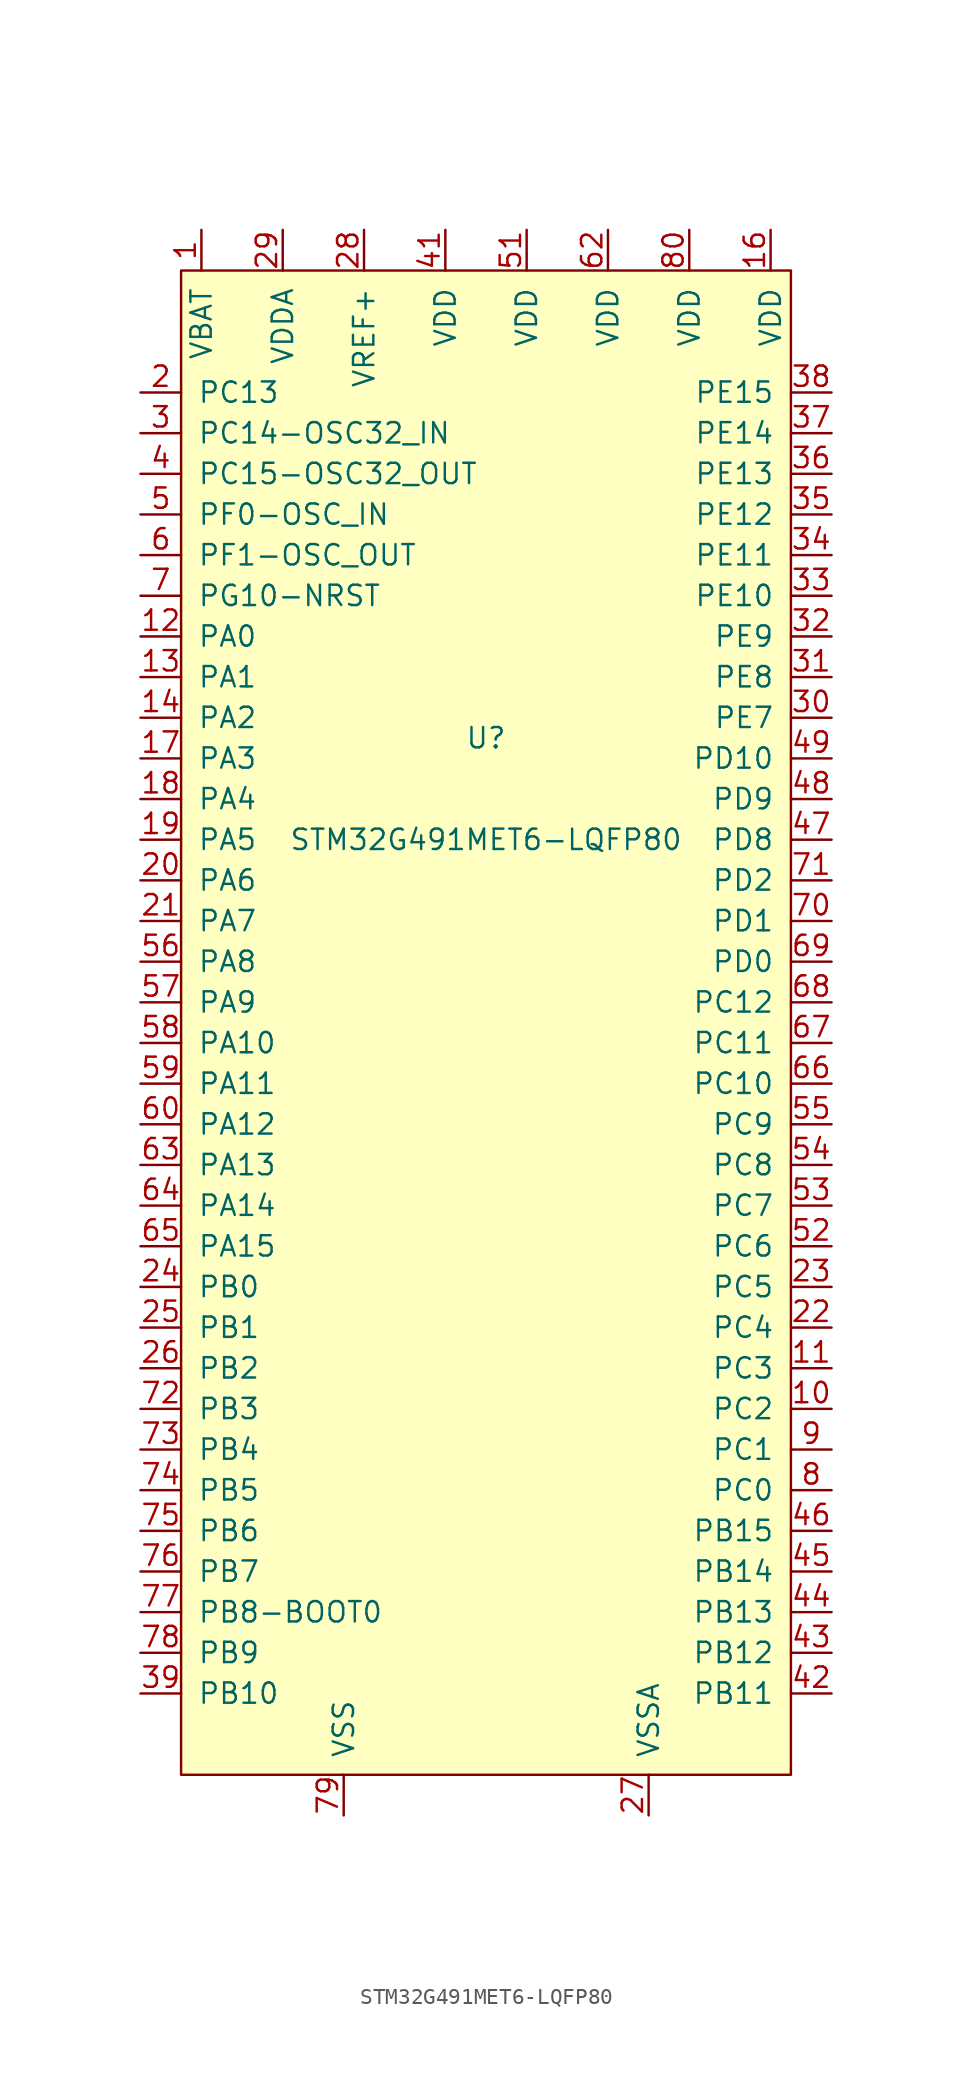
<source format=kicad_sym>
(kicad_symbol_lib
  (version 20220914)
  (generator kicad_symbol_editor)
  (symbol "STM32G491MET6-LQFP80"
    (pin_names
      (offset 1.016))
    (property "Reference" "U"
      (at 0 5.08 0)
      (effects (font (size 1.27 1.27))))
    (property "Value" "STM32G491MET6-LQFP80"
      (at 0 -1.27 0)
      (effects (font (size 1.27 1.27))))
    (symbol "STM32G491MET6-LQFP80_0_1"
      (rectangle (start -19.05 34.29) (end 19.05 -59.69) (stroke (width 0) (type default)) (fill (type background))))
    (symbol "STM32G491MET6-LQFP80_1_1"
      (pin power_in line (at -17.78 36.83 270) (length 2.54) (name "VBAT" (effects (font (size 1.27 1.27)))) (number "1" (effects (font (size 1.27 1.27)))))
      (pin bidirectional line (at 21.59 -36.83 180) (length 2.54) (name "PC2" (effects (font (size 1.27 1.27)))) (number "10" (effects (font (size 1.27 1.27)))))
      (pin bidirectional line (at 21.59 -34.29 180) (length 2.54) (name "PC3" (effects (font (size 1.27 1.27)))) (number "11" (effects (font (size 1.27 1.27)))))
      (pin bidirectional line (at -21.59 11.43 0) (length 2.54) (name "PA0" (effects (font (size 1.27 1.27)))) (number "12" (effects (font (size 1.27 1.27)))))
      (pin bidirectional line (at -21.59 8.89 0) (length 2.54) (name "PA1" (effects (font (size 1.27 1.27)))) (number "13" (effects (font (size 1.27 1.27)))))
      (pin bidirectional line (at -21.59 6.35 0) (length 2.54) (name "PA2" (effects (font (size 1.27 1.27)))) (number "14" (effects (font (size 1.27 1.27)))))
      (pin power_in line (at -8.89 -62.23 90) (length 2.54) hide (name "VSS" (effects (font (size 1.27 1.27)))) (number "15" (effects (font (size 1.27 1.27)))))
      (pin power_in line (at 17.78 36.83 270) (length 2.54) (name "VDD" (effects (font (size 1.27 1.27)))) (number "16" (effects (font (size 1.27 1.27)))))
      (pin bidirectional line (at -21.59 3.81 0) (length 2.54) (name "PA3" (effects (font (size 1.27 1.27)))) (number "17" (effects (font (size 1.27 1.27)))))
      (pin bidirectional line (at -21.59 1.27 0) (length 2.54) (name "PA4" (effects (font (size 1.27 1.27)))) (number "18" (effects (font (size 1.27 1.27)))))
      (pin bidirectional line (at -21.59 -1.27 0) (length 2.54) (name "PA5" (effects (font (size 1.27 1.27)))) (number "19" (effects (font (size 1.27 1.27)))))
      (pin bidirectional line (at -21.59 26.67 0) (length 2.54) (name "PC13" (effects (font (size 1.27 1.27)))) (number "2" (effects (font (size 1.27 1.27)))))
      (pin bidirectional line (at -21.59 -3.81 0) (length 2.54) (name "PA6" (effects (font (size 1.27 1.27)))) (number "20" (effects (font (size 1.27 1.27)))))
      (pin bidirectional line (at -21.59 -6.35 0) (length 2.54) (name "PA7" (effects (font (size 1.27 1.27)))) (number "21" (effects (font (size 1.27 1.27)))))
      (pin bidirectional line (at 21.59 -31.75 180) (length 2.54) (name "PC4" (effects (font (size 1.27 1.27)))) (number "22" (effects (font (size 1.27 1.27)))))
      (pin bidirectional line (at 21.59 -29.21 180) (length 2.54) (name "PC5" (effects (font (size 1.27 1.27)))) (number "23" (effects (font (size 1.27 1.27)))))
      (pin bidirectional line (at -21.59 -29.21 0) (length 2.54) (name "PB0" (effects (font (size 1.27 1.27)))) (number "24" (effects (font (size 1.27 1.27)))))
      (pin bidirectional line (at -21.59 -31.75 0) (length 2.54) (name "PB1" (effects (font (size 1.27 1.27)))) (number "25" (effects (font (size 1.27 1.27)))))
      (pin bidirectional line (at -21.59 -34.29 0) (length 2.54) (name "PB2" (effects (font (size 1.27 1.27)))) (number "26" (effects (font (size 1.27 1.27)))))
      (pin power_out line (at 10.16 -62.23 90) (length 2.54) (name "VSSA" (effects (font (size 1.27 1.27)))) (number "27" (effects (font (size 1.27 1.27)))))
      (pin power_in line (at -7.62 36.83 270) (length 2.54) (name "VREF+" (effects (font (size 1.27 1.27)))) (number "28" (effects (font (size 1.27 1.27)))))
      (pin power_in line (at -12.7 36.83 270) (length 2.54) (name "VDDA" (effects (font (size 1.27 1.27)))) (number "29" (effects (font (size 1.27 1.27)))))
      (pin bidirectional line (at -21.59 24.13 0) (length 2.54) (name "PC14-OSC32_IN" (effects (font (size 1.27 1.27)))) (number "3" (effects (font (size 1.27 1.27)))))
      (pin bidirectional line (at 21.59 6.35 180) (length 2.54) (name "PE7" (effects (font (size 1.27 1.27)))) (number "30" (effects (font (size 1.27 1.27)))))
      (pin bidirectional line (at 21.59 8.89 180) (length 2.54) (name "PE8" (effects (font (size 1.27 1.27)))) (number "31" (effects (font (size 1.27 1.27)))))
      (pin bidirectional line (at 21.59 11.43 180) (length 2.54) (name "PE9" (effects (font (size 1.27 1.27)))) (number "32" (effects (font (size 1.27 1.27)))))
      (pin bidirectional line (at 21.59 13.97 180) (length 2.54) (name "PE10" (effects (font (size 1.27 1.27)))) (number "33" (effects (font (size 1.27 1.27)))))
      (pin bidirectional line (at 21.59 16.51 180) (length 2.54) (name "PE11" (effects (font (size 1.27 1.27)))) (number "34" (effects (font (size 1.27 1.27)))))
      (pin bidirectional line (at 21.59 19.05 180) (length 2.54) (name "PE12" (effects (font (size 1.27 1.27)))) (number "35" (effects (font (size 1.27 1.27)))))
      (pin bidirectional line (at 21.59 21.59 180) (length 2.54) (name "PE13" (effects (font (size 1.27 1.27)))) (number "36" (effects (font (size 1.27 1.27)))))
      (pin bidirectional line (at 21.59 24.13 180) (length 2.54) (name "PE14" (effects (font (size 1.27 1.27)))) (number "37" (effects (font (size 1.27 1.27)))))
      (pin bidirectional line (at 21.59 26.67 180) (length 2.54) (name "PE15" (effects (font (size 1.27 1.27)))) (number "38" (effects (font (size 1.27 1.27)))))
      (pin bidirectional line (at -21.59 -54.61 0) (length 2.54) (name "PB10" (effects (font (size 1.27 1.27)))) (number "39" (effects (font (size 1.27 1.27)))))
      (pin bidirectional line (at -21.59 21.59 0) (length 2.54) (name "PC15-OSC32_OUT" (effects (font (size 1.27 1.27)))) (number "4" (effects (font (size 1.27 1.27)))))
      (pin power_in line (at -8.89 -62.23 90) (length 2.54) hide (name "VSS" (effects (font (size 1.27 1.27)))) (number "40" (effects (font (size 1.27 1.27)))))
      (pin power_in line (at -2.54 36.83 270) (length 2.54) (name "VDD" (effects (font (size 1.27 1.27)))) (number "41" (effects (font (size 1.27 1.27)))))
      (pin bidirectional line (at 21.59 -54.61 180) (length 2.54) (name "PB11" (effects (font (size 1.27 1.27)))) (number "42" (effects (font (size 1.27 1.27)))))
      (pin bidirectional line (at 21.59 -52.07 180) (length 2.54) (name "PB12" (effects (font (size 1.27 1.27)))) (number "43" (effects (font (size 1.27 1.27)))))
      (pin bidirectional line (at 21.59 -49.53 180) (length 2.54) (name "PB13" (effects (font (size 1.27 1.27)))) (number "44" (effects (font (size 1.27 1.27)))))
      (pin bidirectional line (at 21.59 -46.99 180) (length 2.54) (name "PB14" (effects (font (size 1.27 1.27)))) (number "45" (effects (font (size 1.27 1.27)))))
      (pin bidirectional line (at 21.59 -44.45 180) (length 2.54) (name "PB15" (effects (font (size 1.27 1.27)))) (number "46" (effects (font (size 1.27 1.27)))))
      (pin bidirectional line (at 21.59 -1.27 180) (length 2.54) (name "PD8" (effects (font (size 1.27 1.27)))) (number "47" (effects (font (size 1.27 1.27)))))
      (pin bidirectional line (at 21.59 1.27 180) (length 2.54) (name "PD9" (effects (font (size 1.27 1.27)))) (number "48" (effects (font (size 1.27 1.27)))))
      (pin bidirectional line (at 21.59 3.81 180) (length 2.54) (name "PD10" (effects (font (size 1.27 1.27)))) (number "49" (effects (font (size 1.27 1.27)))))
      (pin bidirectional line (at -21.59 19.05 0) (length 2.54) (name "PF0-OSC_IN" (effects (font (size 1.27 1.27)))) (number "5" (effects (font (size 1.27 1.27)))))
      (pin power_in line (at -8.89 -62.23 90) (length 2.54) hide (name "VSS" (effects (font (size 1.27 1.27)))) (number "50" (effects (font (size 1.27 1.27)))))
      (pin power_in line (at 2.54 36.83 270) (length 2.54) (name "VDD" (effects (font (size 1.27 1.27)))) (number "51" (effects (font (size 1.27 1.27)))))
      (pin bidirectional line (at 21.59 -26.67 180) (length 2.54) (name "PC6" (effects (font (size 1.27 1.27)))) (number "52" (effects (font (size 1.27 1.27)))))
      (pin bidirectional line (at 21.59 -24.13 180) (length 2.54) (name "PC7" (effects (font (size 1.27 1.27)))) (number "53" (effects (font (size 1.27 1.27)))))
      (pin bidirectional line (at 21.59 -21.59 180) (length 2.54) (name "PC8" (effects (font (size 1.27 1.27)))) (number "54" (effects (font (size 1.27 1.27)))))
      (pin bidirectional line (at 21.59 -19.05 180) (length 2.54) (name "PC9" (effects (font (size 1.27 1.27)))) (number "55" (effects (font (size 1.27 1.27)))))
      (pin bidirectional line (at -21.59 -8.89 0) (length 2.54) (name "PA8" (effects (font (size 1.27 1.27)))) (number "56" (effects (font (size 1.27 1.27)))))
      (pin bidirectional line (at -21.59 -11.43 0) (length 2.54) (name "PA9" (effects (font (size 1.27 1.27)))) (number "57" (effects (font (size 1.27 1.27)))))
      (pin bidirectional line (at -21.59 -13.97 0) (length 2.54) (name "PA10" (effects (font (size 1.27 1.27)))) (number "58" (effects (font (size 1.27 1.27)))))
      (pin bidirectional line (at -21.59 -16.51 0) (length 2.54) (name "PA11" (effects (font (size 1.27 1.27)))) (number "59" (effects (font (size 1.27 1.27)))))
      (pin bidirectional line (at -21.59 16.51 0) (length 2.54) (name "PF1-OSC_OUT" (effects (font (size 1.27 1.27)))) (number "6" (effects (font (size 1.27 1.27)))))
      (pin bidirectional line (at -21.59 -19.05 0) (length 2.54) (name "PA12" (effects (font (size 1.27 1.27)))) (number "60" (effects (font (size 1.27 1.27)))))
      (pin power_in line (at -8.89 -62.23 90) (length 2.54) hide (name "VSS" (effects (font (size 1.27 1.27)))) (number "61" (effects (font (size 1.27 1.27)))))
      (pin power_in line (at 7.62 36.83 270) (length 2.54) (name "VDD" (effects (font (size 1.27 1.27)))) (number "62" (effects (font (size 1.27 1.27)))))
      (pin bidirectional line (at -21.59 -21.59 0) (length 2.54) (name "PA13" (effects (font (size 1.27 1.27)))) (number "63" (effects (font (size 1.27 1.27)))))
      (pin bidirectional line (at -21.59 -24.13 0) (length 2.54) (name "PA14" (effects (font (size 1.27 1.27)))) (number "64" (effects (font (size 1.27 1.27)))))
      (pin bidirectional line (at -21.59 -26.67 0) (length 2.54) (name "PA15" (effects (font (size 1.27 1.27)))) (number "65" (effects (font (size 1.27 1.27)))))
      (pin bidirectional line (at 21.59 -16.51 180) (length 2.54) (name "PC10" (effects (font (size 1.27 1.27)))) (number "66" (effects (font (size 1.27 1.27)))))
      (pin bidirectional line (at 21.59 -13.97 180) (length 2.54) (name "PC11" (effects (font (size 1.27 1.27)))) (number "67" (effects (font (size 1.27 1.27)))))
      (pin bidirectional line (at 21.59 -11.43 180) (length 2.54) (name "PC12" (effects (font (size 1.27 1.27)))) (number "68" (effects (font (size 1.27 1.27)))))
      (pin bidirectional line (at 21.59 -8.89 180) (length 2.54) (name "PD0" (effects (font (size 1.27 1.27)))) (number "69" (effects (font (size 1.27 1.27)))))
      (pin bidirectional line (at -21.59 13.97 0) (length 2.54) (name "PG10-NRST" (effects (font (size 1.27 1.27)))) (number "7" (effects (font (size 1.27 1.27)))))
      (pin bidirectional line (at 21.59 -6.35 180) (length 2.54) (name "PD1" (effects (font (size 1.27 1.27)))) (number "70" (effects (font (size 1.27 1.27)))))
      (pin bidirectional line (at 21.59 -3.81 180) (length 2.54) (name "PD2" (effects (font (size 1.27 1.27)))) (number "71" (effects (font (size 1.27 1.27)))))
      (pin bidirectional line (at -21.59 -36.83 0) (length 2.54) (name "PB3" (effects (font (size 1.27 1.27)))) (number "72" (effects (font (size 1.27 1.27)))))
      (pin bidirectional line (at -21.59 -39.37 0) (length 2.54) (name "PB4" (effects (font (size 1.27 1.27)))) (number "73" (effects (font (size 1.27 1.27)))))
      (pin bidirectional line (at -21.59 -41.91 0) (length 2.54) (name "PB5" (effects (font (size 1.27 1.27)))) (number "74" (effects (font (size 1.27 1.27)))))
      (pin bidirectional line (at -21.59 -44.45 0) (length 2.54) (name "PB6" (effects (font (size 1.27 1.27)))) (number "75" (effects (font (size 1.27 1.27)))))
      (pin bidirectional line (at -21.59 -46.99 0) (length 2.54) (name "PB7" (effects (font (size 1.27 1.27)))) (number "76" (effects (font (size 1.27 1.27)))))
      (pin bidirectional line (at -21.59 -49.53 0) (length 2.54) (name "PB8-BOOT0" (effects (font (size 1.27 1.27)))) (number "77" (effects (font (size 1.27 1.27)))))
      (pin bidirectional line (at -21.59 -52.07 0) (length 2.54) (name "PB9" (effects (font (size 1.27 1.27)))) (number "78" (effects (font (size 1.27 1.27)))))
      (pin power_in line (at -8.89 -62.23 90) (length 2.54) (name "VSS" (effects (font (size 1.27 1.27)))) (number "79" (effects (font (size 1.27 1.27)))))
      (pin bidirectional line (at 21.59 -41.91 180) (length 2.54) (name "PC0" (effects (font (size 1.27 1.27)))) (number "8" (effects (font (size 1.27 1.27)))))
      (pin power_in line (at 12.7 36.83 270) (length 2.54) (name "VDD" (effects (font (size 1.27 1.27)))) (number "80" (effects (font (size 1.27 1.27)))))
      (pin bidirectional line (at 21.59 -39.37 180) (length 2.54) (name "PC1" (effects (font (size 1.27 1.27)))) (number "9" (effects (font (size 1.27 1.27))))))))
</source>
